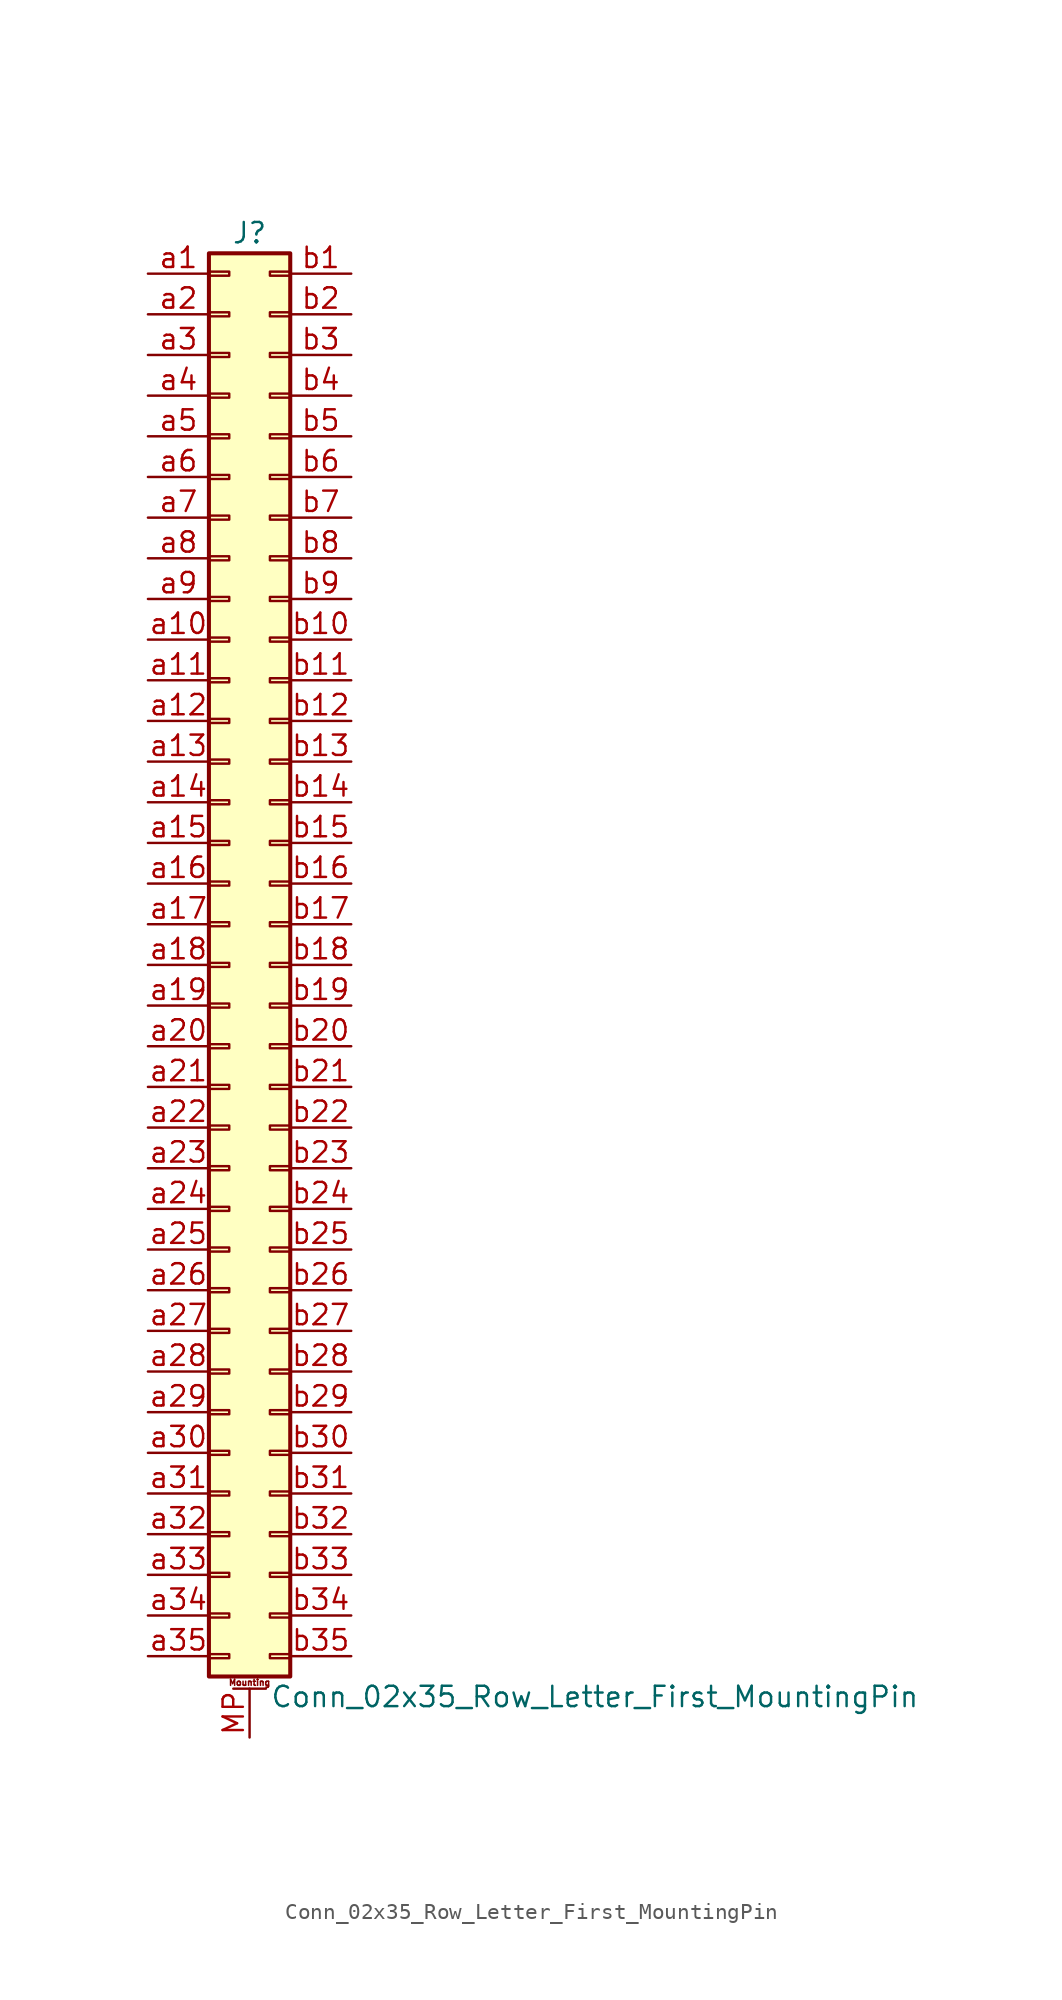
<source format=kicad_sym>
(kicad_symbol_lib
  (version 20201005)
  (generator kicad_symbol_editor)
  (symbol "Connector_Generic_MountingPin:Conn_02x35_Row_Letter_First_MountingPin"
    (pin_names
      (offset 1.016) hide)
    (property "Reference" "J"
      (at 1.27 45.72 0)
      (effects (font (size 1.27 1.27))))
    (property "Value" "Conn_02x35_Row_Letter_First_MountingPin"
      (at 2.54 -45.72 0)
      (effects (font (size 1.27 1.27)) (justify left)))
    (symbol "Conn_02x35_Row_Letter_First_MountingPin_1_1"
      (text "Mounting" (at 1.27 -44.831 0) (effects (font (size 0.381 0.381))))
      (rectangle (start -1.27 -27.813) (end 0 -28.067) (stroke (width 0.152)) (fill (type none)))
      (rectangle (start -1.27 -30.353) (end 0 -30.607) (stroke (width 0.152)) (fill (type none)))
      (rectangle (start -1.27 -32.893) (end 0 -33.147) (stroke (width 0.152)) (fill (type none)))
      (rectangle (start -1.27 -35.433) (end 0 -35.687) (stroke (width 0.152)) (fill (type none)))
      (rectangle (start -1.27 -37.973) (end 0 -38.227) (stroke (width 0.152)) (fill (type none)))
      (rectangle (start -1.27 -40.513) (end 0 -40.767) (stroke (width 0.152)) (fill (type none)))
      (rectangle (start -1.27 -43.053) (end 0 -43.307) (stroke (width 0.152)) (fill (type none)))
      (rectangle (start -1.27 -4.953) (end 0 -5.207) (stroke (width 0.152)) (fill (type none)))
      (rectangle (start -1.27 -7.493) (end 0 -7.747) (stroke (width 0.152)) (fill (type none)))
      (rectangle (start -1.27 -10.033) (end 0 -10.287) (stroke (width 0.152)) (fill (type none)))
      (rectangle (start -1.27 -12.573) (end 0 -12.827) (stroke (width 0.152)) (fill (type none)))
      (rectangle (start -1.27 -15.113) (end 0 -15.367) (stroke (width 0.152)) (fill (type none)))
      (rectangle (start -1.27 -17.653) (end 0 -17.907) (stroke (width 0.152)) (fill (type none)))
      (rectangle (start -1.27 -20.193) (end 0 -20.447) (stroke (width 0.152)) (fill (type none)))
      (rectangle (start -1.27 -22.733) (end 0 -22.987) (stroke (width 0.152)) (fill (type none)))
      (rectangle (start -1.27 -2.413) (end 0 -2.667) (stroke (width 0.152)) (fill (type none)))
      (rectangle (start -1.27 -25.273) (end 0 -25.527) (stroke (width 0.152)) (fill (type none)))
      (rectangle (start -1.27 25.527) (end 0 25.273) (stroke (width 0.152)) (fill (type none)))
      (rectangle (start -1.27 2.667) (end 0 2.413) (stroke (width 0.152)) (fill (type none)))
      (rectangle (start -1.27 28.067) (end 0 27.813) (stroke (width 0.152)) (fill (type none)))
      (rectangle (start -1.27 30.607) (end 0 30.353) (stroke (width 0.152)) (fill (type none)))
      (rectangle (start -1.27 33.147) (end 0 32.893) (stroke (width 0.152)) (fill (type none)))
      (rectangle (start -1.27 35.687) (end 0 35.433) (stroke (width 0.152)) (fill (type none)))
      (rectangle (start -1.27 38.227) (end 0 37.973) (stroke (width 0.152)) (fill (type none)))
      (rectangle (start -1.27 40.767) (end 0 40.513) (stroke (width 0.152)) (fill (type none)))
      (rectangle (start -1.27 43.307) (end 0 43.053) (stroke (width 0.152)) (fill (type none)))
      (rectangle (start -1.27 44.45) (end 3.81 -44.45) (stroke (width 0.254)) (fill (type background)))
      (rectangle (start -1.27 5.207) (end 0 4.953) (stroke (width 0.152)) (fill (type none)))
      (rectangle (start -1.27 7.747) (end 0 7.493) (stroke (width 0.152)) (fill (type none)))
      (rectangle (start -1.27 10.287) (end 0 10.033) (stroke (width 0.152)) (fill (type none)))
      (rectangle (start -1.27 0.127) (end 0 -0.127) (stroke (width 0.152)) (fill (type none)))
      (rectangle (start -1.27 12.827) (end 0 12.573) (stroke (width 0.152)) (fill (type none)))
      (rectangle (start -1.27 15.367) (end 0 15.113) (stroke (width 0.152)) (fill (type none)))
      (rectangle (start -1.27 17.907) (end 0 17.653) (stroke (width 0.152)) (fill (type none)))
      (rectangle (start -1.27 20.447) (end 0 20.193) (stroke (width 0.152)) (fill (type none)))
      (rectangle (start -1.27 22.987) (end 0 22.733) (stroke (width 0.152)) (fill (type none)))
      (rectangle (start 3.81 -27.813) (end 2.54 -28.067) (stroke (width 0.152)) (fill (type none)))
      (rectangle (start 3.81 -30.353) (end 2.54 -30.607) (stroke (width 0.152)) (fill (type none)))
      (rectangle (start 3.81 -32.893) (end 2.54 -33.147) (stroke (width 0.152)) (fill (type none)))
      (rectangle (start 3.81 -35.433) (end 2.54 -35.687) (stroke (width 0.152)) (fill (type none)))
      (rectangle (start 3.81 -37.973) (end 2.54 -38.227) (stroke (width 0.152)) (fill (type none)))
      (rectangle (start 3.81 -40.513) (end 2.54 -40.767) (stroke (width 0.152)) (fill (type none)))
      (rectangle (start 3.81 -43.053) (end 2.54 -43.307) (stroke (width 0.152)) (fill (type none)))
      (rectangle (start 3.81 -4.953) (end 2.54 -5.207) (stroke (width 0.152)) (fill (type none)))
      (rectangle (start 3.81 -7.493) (end 2.54 -7.747) (stroke (width 0.152)) (fill (type none)))
      (rectangle (start 3.81 -10.033) (end 2.54 -10.287) (stroke (width 0.152)) (fill (type none)))
      (rectangle (start 3.81 -12.573) (end 2.54 -12.827) (stroke (width 0.152)) (fill (type none)))
      (rectangle (start 3.81 -15.113) (end 2.54 -15.367) (stroke (width 0.152)) (fill (type none)))
      (rectangle (start 3.81 -17.653) (end 2.54 -17.907) (stroke (width 0.152)) (fill (type none)))
      (rectangle (start 3.81 -20.193) (end 2.54 -20.447) (stroke (width 0.152)) (fill (type none)))
      (rectangle (start 3.81 -22.733) (end 2.54 -22.987) (stroke (width 0.152)) (fill (type none)))
      (rectangle (start 3.81 -2.413) (end 2.54 -2.667) (stroke (width 0.152)) (fill (type none)))
      (rectangle (start 3.81 -25.273) (end 2.54 -25.527) (stroke (width 0.152)) (fill (type none)))
      (rectangle (start 3.81 25.527) (end 2.54 25.273) (stroke (width 0.152)) (fill (type none)))
      (rectangle (start 3.81 2.667) (end 2.54 2.413) (stroke (width 0.152)) (fill (type none)))
      (rectangle (start 3.81 28.067) (end 2.54 27.813) (stroke (width 0.152)) (fill (type none)))
      (rectangle (start 3.81 30.607) (end 2.54 30.353) (stroke (width 0.152)) (fill (type none)))
      (rectangle (start 3.81 33.147) (end 2.54 32.893) (stroke (width 0.152)) (fill (type none)))
      (rectangle (start 3.81 35.687) (end 2.54 35.433) (stroke (width 0.152)) (fill (type none)))
      (rectangle (start 3.81 38.227) (end 2.54 37.973) (stroke (width 0.152)) (fill (type none)))
      (rectangle (start 3.81 40.767) (end 2.54 40.513) (stroke (width 0.152)) (fill (type none)))
      (rectangle (start 3.81 43.307) (end 2.54 43.053) (stroke (width 0.152)) (fill (type none)))
      (rectangle (start 3.81 5.207) (end 2.54 4.953) (stroke (width 0.152)) (fill (type none)))
      (rectangle (start 3.81 7.747) (end 2.54 7.493) (stroke (width 0.152)) (fill (type none)))
      (rectangle (start 3.81 10.287) (end 2.54 10.033) (stroke (width 0.152)) (fill (type none)))
      (rectangle (start 3.81 0.127) (end 2.54 -0.127) (stroke (width 0.152)) (fill (type none)))
      (rectangle (start 3.81 12.827) (end 2.54 12.573) (stroke (width 0.152)) (fill (type none)))
      (rectangle (start 3.81 15.367) (end 2.54 15.113) (stroke (width 0.152)) (fill (type none)))
      (rectangle (start 3.81 17.907) (end 2.54 17.653) (stroke (width 0.152)) (fill (type none)))
      (rectangle (start 3.81 20.447) (end 2.54 20.193) (stroke (width 0.152)) (fill (type none)))
      (rectangle (start 3.81 22.987) (end 2.54 22.733) (stroke (width 0.152)) (fill (type none)))
      (polyline (pts (xy 0.254 -45.212) (xy 2.286 -45.212)) (stroke (width 0.152)) (fill (type none)))
      (pin passive line (at 1.27 -48.26 90) (length 3.048) (name "MountPin" (effects (font (size 1.27 1.27)))) (number "MP" (effects (font (size 1.27 1.27)))))
      (pin passive line (at -5.08 43.18 0) (length 3.81) (name "Pin_a1" (effects (font (size 1.27 1.27)))) (number "a1" (effects (font (size 1.27 1.27)))))
      (pin passive line (at -5.08 20.32 0) (length 3.81) (name "Pin_a10" (effects (font (size 1.27 1.27)))) (number "a10" (effects (font (size 1.27 1.27)))))
      (pin passive line (at -5.08 17.78 0) (length 3.81) (name "Pin_a11" (effects (font (size 1.27 1.27)))) (number "a11" (effects (font (size 1.27 1.27)))))
      (pin passive line (at -5.08 15.24 0) (length 3.81) (name "Pin_a12" (effects (font (size 1.27 1.27)))) (number "a12" (effects (font (size 1.27 1.27)))))
      (pin passive line (at -5.08 12.7 0) (length 3.81) (name "Pin_a13" (effects (font (size 1.27 1.27)))) (number "a13" (effects (font (size 1.27 1.27)))))
      (pin passive line (at -5.08 10.16 0) (length 3.81) (name "Pin_a14" (effects (font (size 1.27 1.27)))) (number "a14" (effects (font (size 1.27 1.27)))))
      (pin passive line (at -5.08 7.62 0) (length 3.81) (name "Pin_a15" (effects (font (size 1.27 1.27)))) (number "a15" (effects (font (size 1.27 1.27)))))
      (pin passive line (at -5.08 5.08 0) (length 3.81) (name "Pin_a16" (effects (font (size 1.27 1.27)))) (number "a16" (effects (font (size 1.27 1.27)))))
      (pin passive line (at -5.08 2.54 0) (length 3.81) (name "Pin_a17" (effects (font (size 1.27 1.27)))) (number "a17" (effects (font (size 1.27 1.27)))))
      (pin passive line (at -5.08 0 0) (length 3.81) (name "Pin_a18" (effects (font (size 1.27 1.27)))) (number "a18" (effects (font (size 1.27 1.27)))))
      (pin passive line (at -5.08 -2.54 0) (length 3.81) (name "Pin_a19" (effects (font (size 1.27 1.27)))) (number "a19" (effects (font (size 1.27 1.27)))))
      (pin passive line (at -5.08 40.64 0) (length 3.81) (name "Pin_a2" (effects (font (size 1.27 1.27)))) (number "a2" (effects (font (size 1.27 1.27)))))
      (pin passive line (at -5.08 -5.08 0) (length 3.81) (name "Pin_a20" (effects (font (size 1.27 1.27)))) (number "a20" (effects (font (size 1.27 1.27)))))
      (pin passive line (at -5.08 -7.62 0) (length 3.81) (name "Pin_a21" (effects (font (size 1.27 1.27)))) (number "a21" (effects (font (size 1.27 1.27)))))
      (pin passive line (at -5.08 -10.16 0) (length 3.81) (name "Pin_a22" (effects (font (size 1.27 1.27)))) (number "a22" (effects (font (size 1.27 1.27)))))
      (pin passive line (at -5.08 -12.7 0) (length 3.81) (name "Pin_a23" (effects (font (size 1.27 1.27)))) (number "a23" (effects (font (size 1.27 1.27)))))
      (pin passive line (at -5.08 -15.24 0) (length 3.81) (name "Pin_a24" (effects (font (size 1.27 1.27)))) (number "a24" (effects (font (size 1.27 1.27)))))
      (pin passive line (at -5.08 -17.78 0) (length 3.81) (name "Pin_a25" (effects (font (size 1.27 1.27)))) (number "a25" (effects (font (size 1.27 1.27)))))
      (pin passive line (at -5.08 -20.32 0) (length 3.81) (name "Pin_a26" (effects (font (size 1.27 1.27)))) (number "a26" (effects (font (size 1.27 1.27)))))
      (pin passive line (at -5.08 -22.86 0) (length 3.81) (name "Pin_a27" (effects (font (size 1.27 1.27)))) (number "a27" (effects (font (size 1.27 1.27)))))
      (pin passive line (at -5.08 -25.4 0) (length 3.81) (name "Pin_a28" (effects (font (size 1.27 1.27)))) (number "a28" (effects (font (size 1.27 1.27)))))
      (pin passive line (at -5.08 -27.94 0) (length 3.81) (name "Pin_a29" (effects (font (size 1.27 1.27)))) (number "a29" (effects (font (size 1.27 1.27)))))
      (pin passive line (at -5.08 38.1 0) (length 3.81) (name "Pin_a3" (effects (font (size 1.27 1.27)))) (number "a3" (effects (font (size 1.27 1.27)))))
      (pin passive line (at -5.08 -30.48 0) (length 3.81) (name "Pin_a30" (effects (font (size 1.27 1.27)))) (number "a30" (effects (font (size 1.27 1.27)))))
      (pin passive line (at -5.08 -33.02 0) (length 3.81) (name "Pin_a31" (effects (font (size 1.27 1.27)))) (number "a31" (effects (font (size 1.27 1.27)))))
      (pin passive line (at -5.08 -35.56 0) (length 3.81) (name "Pin_a32" (effects (font (size 1.27 1.27)))) (number "a32" (effects (font (size 1.27 1.27)))))
      (pin passive line (at -5.08 -38.1 0) (length 3.81) (name "Pin_a33" (effects (font (size 1.27 1.27)))) (number "a33" (effects (font (size 1.27 1.27)))))
      (pin passive line (at -5.08 -40.64 0) (length 3.81) (name "Pin_a34" (effects (font (size 1.27 1.27)))) (number "a34" (effects (font (size 1.27 1.27)))))
      (pin passive line (at -5.08 -43.18 0) (length 3.81) (name "Pin_a35" (effects (font (size 1.27 1.27)))) (number "a35" (effects (font (size 1.27 1.27)))))
      (pin passive line (at -5.08 35.56 0) (length 3.81) (name "Pin_a4" (effects (font (size 1.27 1.27)))) (number "a4" (effects (font (size 1.27 1.27)))))
      (pin passive line (at -5.08 33.02 0) (length 3.81) (name "Pin_a5" (effects (font (size 1.27 1.27)))) (number "a5" (effects (font (size 1.27 1.27)))))
      (pin passive line (at -5.08 30.48 0) (length 3.81) (name "Pin_a6" (effects (font (size 1.27 1.27)))) (number "a6" (effects (font (size 1.27 1.27)))))
      (pin passive line (at -5.08 27.94 0) (length 3.81) (name "Pin_a7" (effects (font (size 1.27 1.27)))) (number "a7" (effects (font (size 1.27 1.27)))))
      (pin passive line (at -5.08 25.4 0) (length 3.81) (name "Pin_a8" (effects (font (size 1.27 1.27)))) (number "a8" (effects (font (size 1.27 1.27)))))
      (pin passive line (at -5.08 22.86 0) (length 3.81) (name "Pin_a9" (effects (font (size 1.27 1.27)))) (number "a9" (effects (font (size 1.27 1.27)))))
      (pin passive line (at 7.62 43.18 180) (length 3.81) (name "Pin_b1" (effects (font (size 1.27 1.27)))) (number "b1" (effects (font (size 1.27 1.27)))))
      (pin passive line (at 7.62 20.32 180) (length 3.81) (name "Pin_b10" (effects (font (size 1.27 1.27)))) (number "b10" (effects (font (size 1.27 1.27)))))
      (pin passive line (at 7.62 17.78 180) (length 3.81) (name "Pin_b11" (effects (font (size 1.27 1.27)))) (number "b11" (effects (font (size 1.27 1.27)))))
      (pin passive line (at 7.62 15.24 180) (length 3.81) (name "Pin_b12" (effects (font (size 1.27 1.27)))) (number "b12" (effects (font (size 1.27 1.27)))))
      (pin passive line (at 7.62 12.7 180) (length 3.81) (name "Pin_b13" (effects (font (size 1.27 1.27)))) (number "b13" (effects (font (size 1.27 1.27)))))
      (pin passive line (at 7.62 10.16 180) (length 3.81) (name "Pin_b14" (effects (font (size 1.27 1.27)))) (number "b14" (effects (font (size 1.27 1.27)))))
      (pin passive line (at 7.62 7.62 180) (length 3.81) (name "Pin_b15" (effects (font (size 1.27 1.27)))) (number "b15" (effects (font (size 1.27 1.27)))))
      (pin passive line (at 7.62 5.08 180) (length 3.81) (name "Pin_b16" (effects (font (size 1.27 1.27)))) (number "b16" (effects (font (size 1.27 1.27)))))
      (pin passive line (at 7.62 2.54 180) (length 3.81) (name "Pin_b17" (effects (font (size 1.27 1.27)))) (number "b17" (effects (font (size 1.27 1.27)))))
      (pin passive line (at 7.62 0 180) (length 3.81) (name "Pin_b18" (effects (font (size 1.27 1.27)))) (number "b18" (effects (font (size 1.27 1.27)))))
      (pin passive line (at 7.62 -2.54 180) (length 3.81) (name "Pin_b19" (effects (font (size 1.27 1.27)))) (number "b19" (effects (font (size 1.27 1.27)))))
      (pin passive line (at 7.62 40.64 180) (length 3.81) (name "Pin_b2" (effects (font (size 1.27 1.27)))) (number "b2" (effects (font (size 1.27 1.27)))))
      (pin passive line (at 7.62 -5.08 180) (length 3.81) (name "Pin_b20" (effects (font (size 1.27 1.27)))) (number "b20" (effects (font (size 1.27 1.27)))))
      (pin passive line (at 7.62 -7.62 180) (length 3.81) (name "Pin_b21" (effects (font (size 1.27 1.27)))) (number "b21" (effects (font (size 1.27 1.27)))))
      (pin passive line (at 7.62 -10.16 180) (length 3.81) (name "Pin_b22" (effects (font (size 1.27 1.27)))) (number "b22" (effects (font (size 1.27 1.27)))))
      (pin passive line (at 7.62 -12.7 180) (length 3.81) (name "Pin_b23" (effects (font (size 1.27 1.27)))) (number "b23" (effects (font (size 1.27 1.27)))))
      (pin passive line (at 7.62 -15.24 180) (length 3.81) (name "Pin_b24" (effects (font (size 1.27 1.27)))) (number "b24" (effects (font (size 1.27 1.27)))))
      (pin passive line (at 7.62 -17.78 180) (length 3.81) (name "Pin_b25" (effects (font (size 1.27 1.27)))) (number "b25" (effects (font (size 1.27 1.27)))))
      (pin passive line (at 7.62 -20.32 180) (length 3.81) (name "Pin_b26" (effects (font (size 1.27 1.27)))) (number "b26" (effects (font (size 1.27 1.27)))))
      (pin passive line (at 7.62 -22.86 180) (length 3.81) (name "Pin_b27" (effects (font (size 1.27 1.27)))) (number "b27" (effects (font (size 1.27 1.27)))))
      (pin passive line (at 7.62 -25.4 180) (length 3.81) (name "Pin_b28" (effects (font (size 1.27 1.27)))) (number "b28" (effects (font (size 1.27 1.27)))))
      (pin passive line (at 7.62 -27.94 180) (length 3.81) (name "Pin_b29" (effects (font (size 1.27 1.27)))) (number "b29" (effects (font (size 1.27 1.27)))))
      (pin passive line (at 7.62 38.1 180) (length 3.81) (name "Pin_b3" (effects (font (size 1.27 1.27)))) (number "b3" (effects (font (size 1.27 1.27)))))
      (pin passive line (at 7.62 -30.48 180) (length 3.81) (name "Pin_b30" (effects (font (size 1.27 1.27)))) (number "b30" (effects (font (size 1.27 1.27)))))
      (pin passive line (at 7.62 -33.02 180) (length 3.81) (name "Pin_b31" (effects (font (size 1.27 1.27)))) (number "b31" (effects (font (size 1.27 1.27)))))
      (pin passive line (at 7.62 -35.56 180) (length 3.81) (name "Pin_b32" (effects (font (size 1.27 1.27)))) (number "b32" (effects (font (size 1.27 1.27)))))
      (pin passive line (at 7.62 -38.1 180) (length 3.81) (name "Pin_b33" (effects (font (size 1.27 1.27)))) (number "b33" (effects (font (size 1.27 1.27)))))
      (pin passive line (at 7.62 -40.64 180) (length 3.81) (name "Pin_b34" (effects (font (size 1.27 1.27)))) (number "b34" (effects (font (size 1.27 1.27)))))
      (pin passive line (at 7.62 -43.18 180) (length 3.81) (name "Pin_b35" (effects (font (size 1.27 1.27)))) (number "b35" (effects (font (size 1.27 1.27)))))
      (pin passive line (at 7.62 35.56 180) (length 3.81) (name "Pin_b4" (effects (font (size 1.27 1.27)))) (number "b4" (effects (font (size 1.27 1.27)))))
      (pin passive line (at 7.62 33.02 180) (length 3.81) (name "Pin_b5" (effects (font (size 1.27 1.27)))) (number "b5" (effects (font (size 1.27 1.27)))))
      (pin passive line (at 7.62 30.48 180) (length 3.81) (name "Pin_b6" (effects (font (size 1.27 1.27)))) (number "b6" (effects (font (size 1.27 1.27)))))
      (pin passive line (at 7.62 27.94 180) (length 3.81) (name "Pin_b7" (effects (font (size 1.27 1.27)))) (number "b7" (effects (font (size 1.27 1.27)))))
      (pin passive line (at 7.62 25.4 180) (length 3.81) (name "Pin_b8" (effects (font (size 1.27 1.27)))) (number "b8" (effects (font (size 1.27 1.27)))))
      (pin passive line (at 7.62 22.86 180) (length 3.81) (name "Pin_b9" (effects (font (size 1.27 1.27)))) (number "b9" (effects (font (size 1.27 1.27))))))))
</source>
